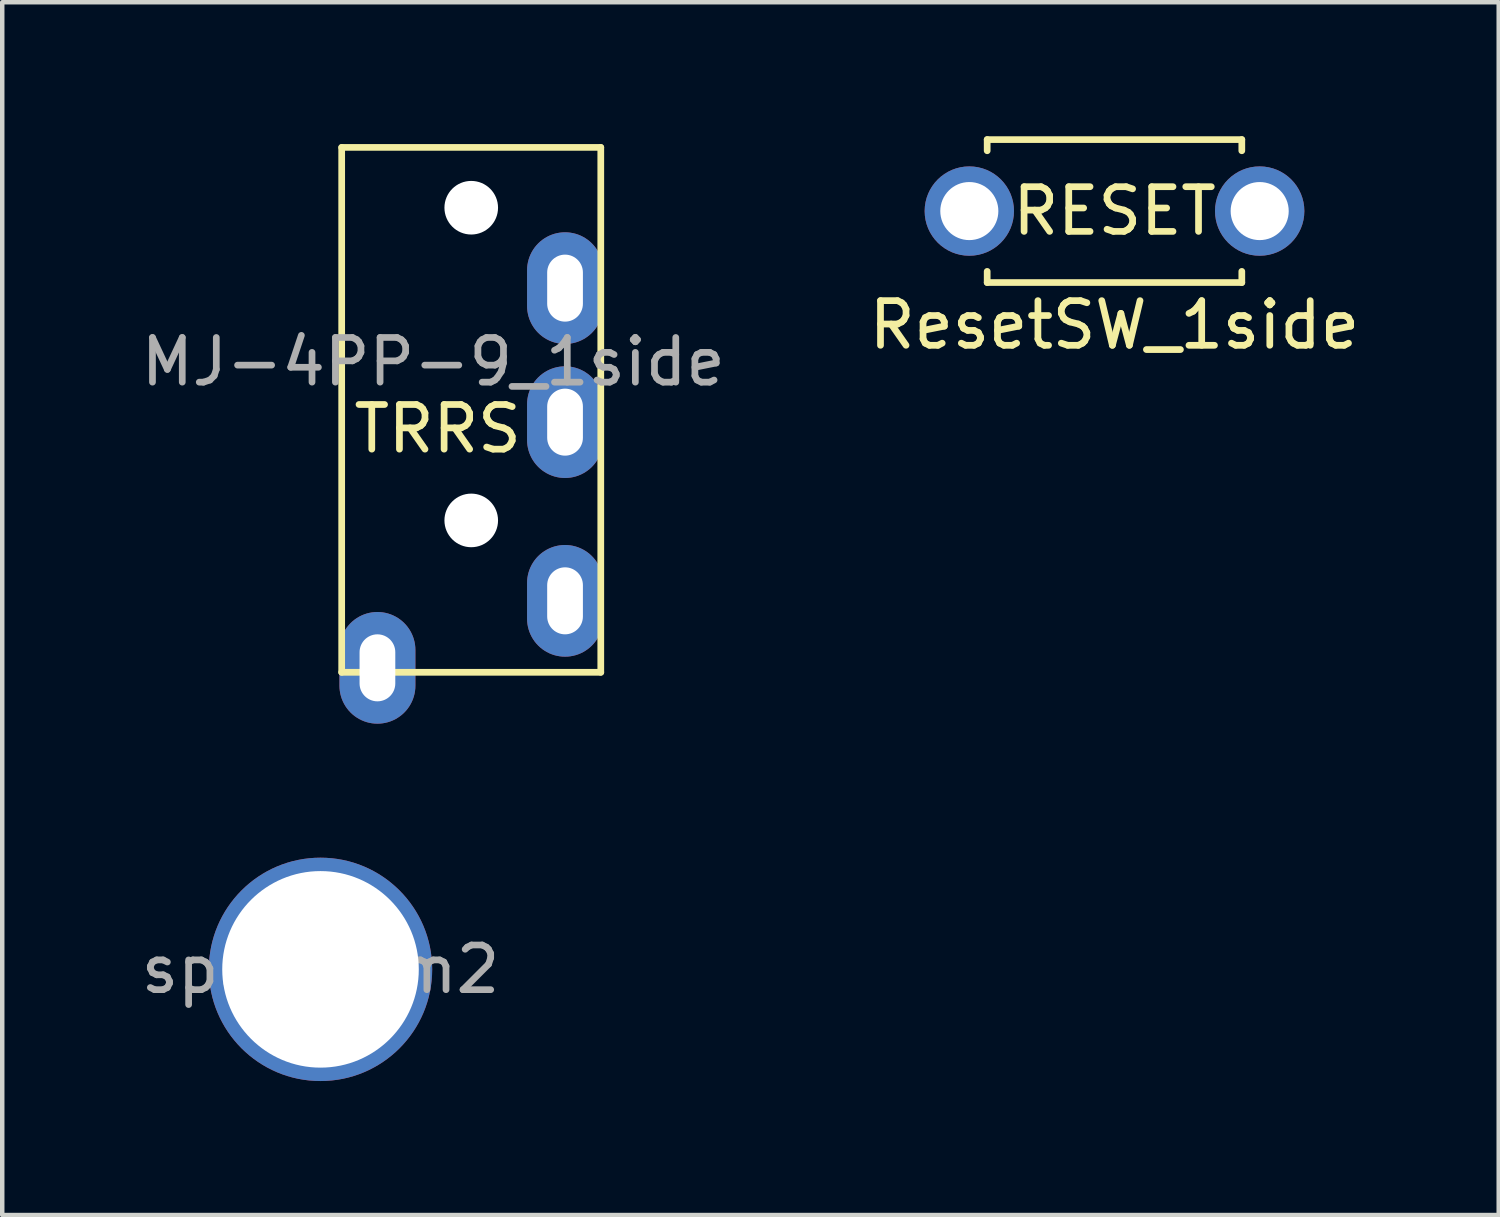
<source format=kicad_pcb>
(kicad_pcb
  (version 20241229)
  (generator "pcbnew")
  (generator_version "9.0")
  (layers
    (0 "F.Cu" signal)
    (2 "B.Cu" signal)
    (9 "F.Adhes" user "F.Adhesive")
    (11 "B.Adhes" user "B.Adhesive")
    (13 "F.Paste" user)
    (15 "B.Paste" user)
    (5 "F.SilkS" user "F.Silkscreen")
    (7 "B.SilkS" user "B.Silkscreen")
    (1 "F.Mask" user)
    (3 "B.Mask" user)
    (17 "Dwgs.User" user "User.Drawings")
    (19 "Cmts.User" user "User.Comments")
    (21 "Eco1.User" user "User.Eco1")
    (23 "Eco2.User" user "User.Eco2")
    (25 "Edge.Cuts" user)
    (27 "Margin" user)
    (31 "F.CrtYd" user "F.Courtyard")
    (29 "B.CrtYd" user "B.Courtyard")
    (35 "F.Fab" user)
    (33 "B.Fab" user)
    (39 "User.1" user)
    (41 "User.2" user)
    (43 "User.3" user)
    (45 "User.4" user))
  (footprint "spacer_m2"
    (layer "F.Cu")
    (at 4.125 18.65)
    (property "Reference" "spacer_m2" (at 0 0 0) (layer "F.Fab") (effects (font (size 1 1) (thickness 0.15))))
    (attr exclude_from_pos_files exclude_from_bom)
    (fp_circle (center 0 0) (end 2.2 0) (stroke (width 0.1) (type solid)) (fill no) (layer "Eco1.User"))
    (pad "1" thru_hole circle (at 0 0) (size 5 5) (drill 4.4) (layers "*.Cu" "*.Mask")))
  (footprint "ResetSW_1side"
    (layer "F.Cu")
    (at 21.899 1.675)
    (property "Reference" "ResetSW_1side" (at 0 2.55 0) (layer "F.SilkS") (effects (font (size 1 1) (thickness 0.15))))
    (attr through_hole)
    (fp_line (start -2.85 -1.6) (end -2.85 -1.35) (stroke (width 0.15) (type solid)) (layer "F.SilkS"))
    (fp_line (start -2.85 -1.6) (end 2.85 -1.6) (stroke (width 0.15) (type solid)) (layer "F.SilkS"))
    (fp_line (start -2.85 1.6) (end -2.85 1.35) (stroke (width 0.15) (type solid)) (layer "F.SilkS"))
    (fp_line (start -2.85 1.6) (end 2.85 1.6) (stroke (width 0.15) (type solid)) (layer "F.SilkS"))
    (fp_line (start 2.85 -1.6) (end 2.85 -1.35) (stroke (width 0.15) (type solid)) (layer "F.SilkS"))
    (fp_line (start 2.85 1.6) (end 2.85 1.35) (stroke (width 0.15) (type solid)) (layer "F.SilkS"))
    (fp_text user "RESET" (at 0 0 0) (layer "F.SilkS") (effects (font (size 1 1) (thickness 0.15))))
    (pad "1" thru_hole circle (at 3.25 0) (size 2 2) (drill 1.3) (layers "*.Cu" "B.Mask"))
    (pad "2" thru_hole circle (at -3.25 0) (size 2 2) (drill 1.3) (layers "*.Cu" "B.Mask")))
  (footprint "MJ-4PP-9_1side"
    (layer "F.Cu")
    (at 4.599 0.25)
    (property "Reference" "MJ-4PP-9_1side" (at 2.05 4.8 0) (layer "F.Fab") (effects (font (size 1 1) (thickness 0.15))))
    (attr through_hole)
    (fp_line (start 0 0) (end 5.8 0) (stroke (width 0.15) (type solid)) (layer "F.SilkS"))
    (fp_line (start 0 11.75) (end 0 0) (stroke (width 0.15) (type solid)) (layer "F.SilkS"))
    (fp_line (start 5.8 0) (end 5.8 11.75) (stroke (width 0.15) (type solid)) (layer "F.SilkS"))
    (fp_line (start 5.8 11.75) (end 0 11.75) (stroke (width 0.15) (type solid)) (layer "F.SilkS"))
    (fp_text user "TRRS" (at 2.15 6.3 0) (unlocked yes) (layer "F.SilkS") (effects (font (size 1 1) (thickness 0.15))))
    (pad "" np_thru_hole circle (at 2.9 1.35) (size 1.2 1.2) (drill 1.2) (layers "*.Cu" "*.Mask"))
    (pad "" np_thru_hole circle (at 2.9 8.35) (size 1.2 1.2) (drill 1.2) (layers "*.Cu" "*.Mask"))
    (pad "R1" thru_hole oval (at 5 6.15) (size 1.7 2.5) (drill oval 0.8 1.5) (layers "*.Cu" "B.Mask"))
    (pad "R2" thru_hole oval (at 5 3.15) (size 1.7 2.5) (drill oval 0.8 1.5) (layers "*.Cu" "B.Mask"))
    (pad "S" thru_hole oval (at 0.8 11.65) (size 1.7 2.5) (drill oval 0.8 1.5) (layers "*.Cu" "B.Mask"))
    (pad "T" thru_hole oval (at 5 10.15) (size 1.7 2.5) (drill oval 0.8 1.5) (layers "*.Cu" "B.Mask")))
  (gr_rect
    (start -3 -3)
    (end 30.5 24.15)
    (stroke (width 0.1) (type default))
    (fill no)
    (layer "Edge.Cuts")))
</source>
